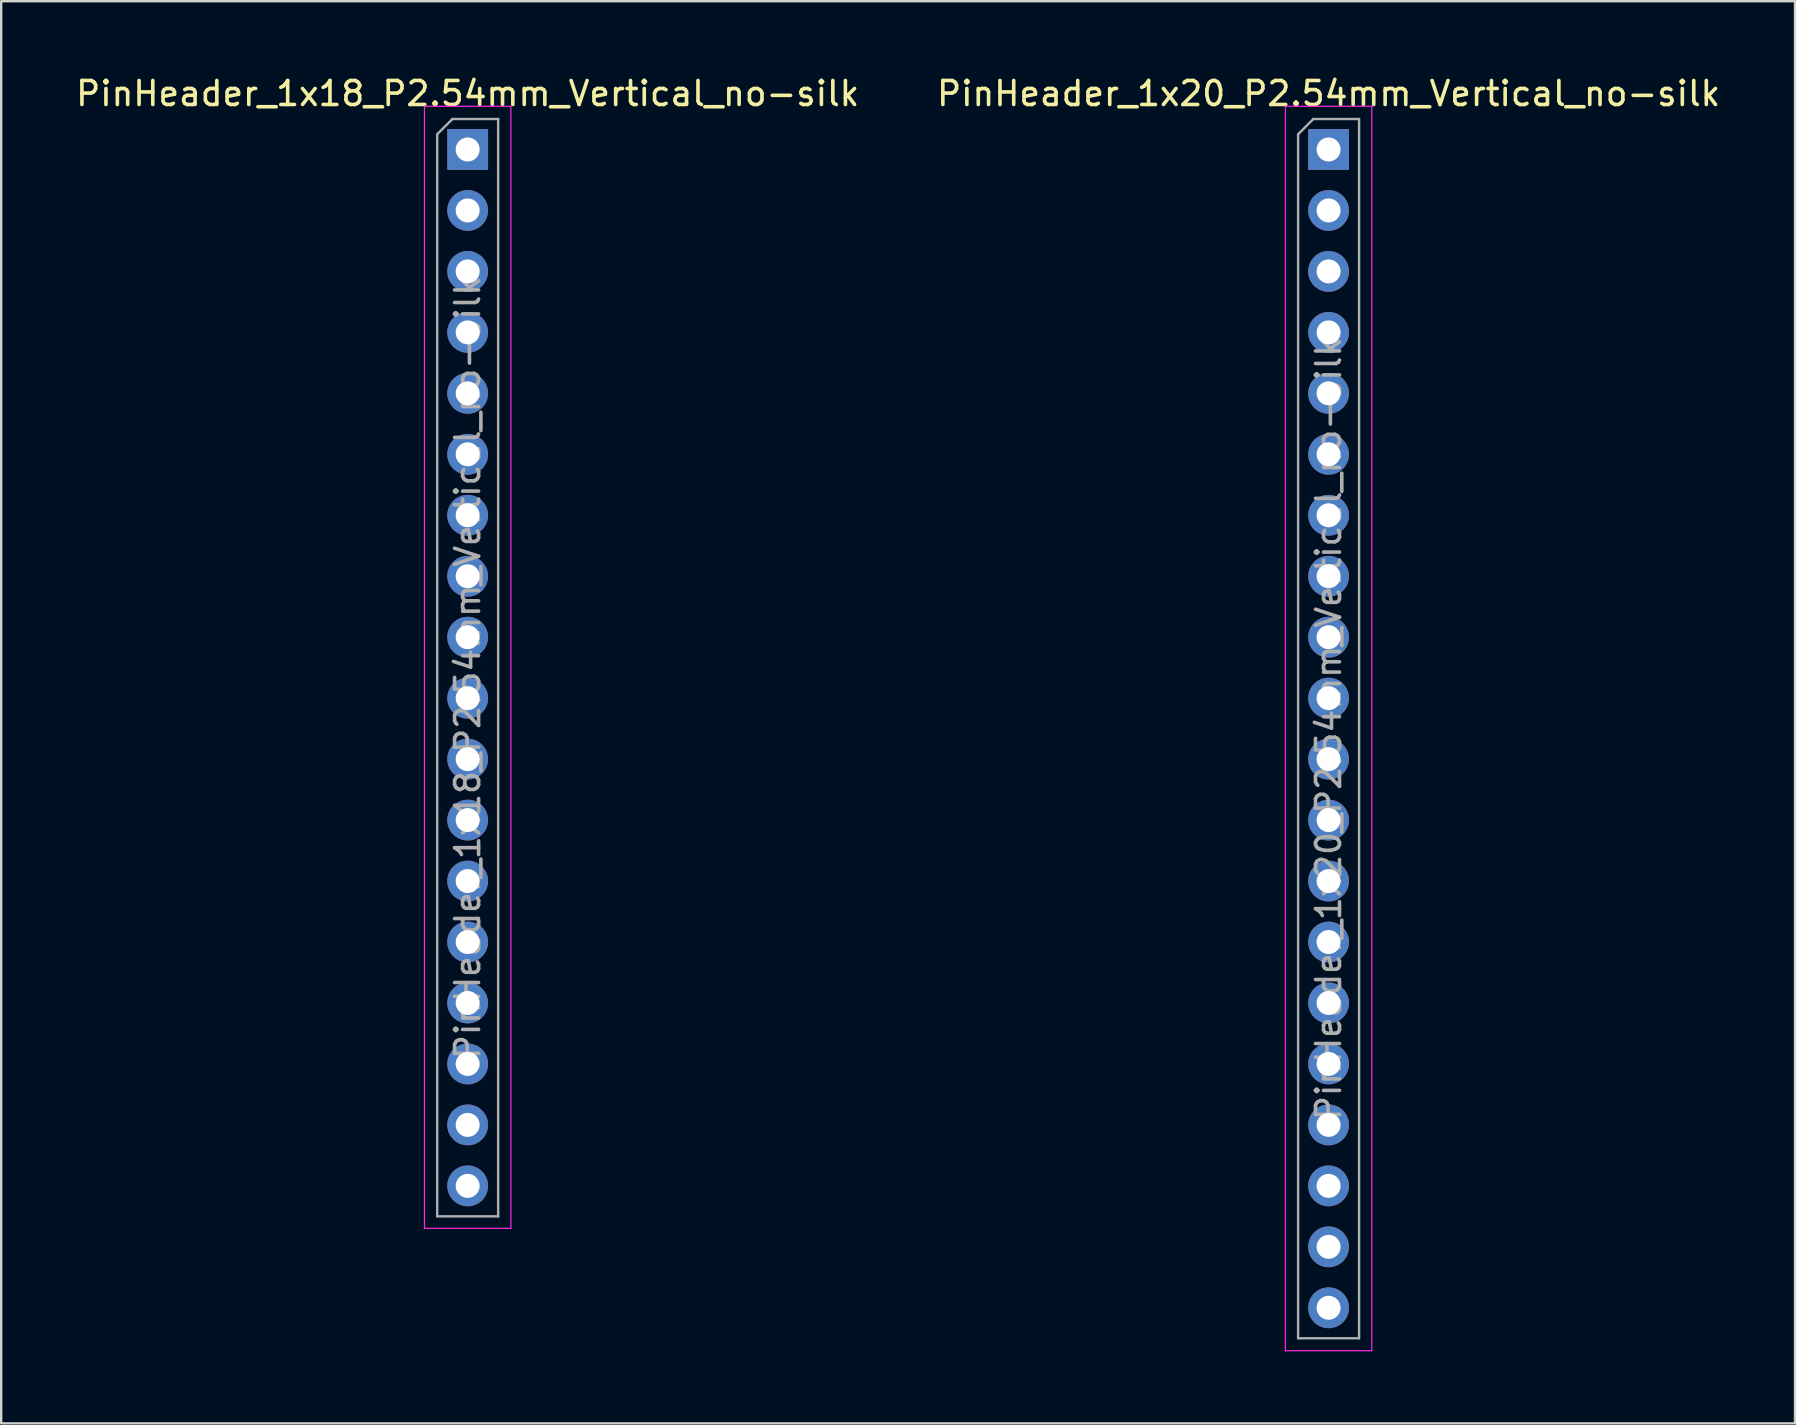
<source format=kicad_pcb>
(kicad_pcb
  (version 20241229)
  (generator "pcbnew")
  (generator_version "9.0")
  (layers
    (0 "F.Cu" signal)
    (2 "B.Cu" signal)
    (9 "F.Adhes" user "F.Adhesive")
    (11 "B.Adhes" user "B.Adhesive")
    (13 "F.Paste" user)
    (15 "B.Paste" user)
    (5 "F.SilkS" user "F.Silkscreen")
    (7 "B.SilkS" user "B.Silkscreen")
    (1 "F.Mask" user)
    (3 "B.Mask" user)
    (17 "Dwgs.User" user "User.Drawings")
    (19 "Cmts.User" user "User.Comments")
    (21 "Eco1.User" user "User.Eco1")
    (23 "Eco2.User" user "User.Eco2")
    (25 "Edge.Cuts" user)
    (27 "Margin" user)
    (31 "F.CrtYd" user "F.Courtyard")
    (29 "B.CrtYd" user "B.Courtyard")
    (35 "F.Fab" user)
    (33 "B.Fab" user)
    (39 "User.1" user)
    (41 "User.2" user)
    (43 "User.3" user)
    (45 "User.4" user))
  (footprint "PinHeader_1x18_P2.54mm_Vertical_no-silk"
    (layer "F.Cu")
    (at 16.435 3.178)
    (property "Reference" "PinHeader_1x18_P2.54mm_Vertical_no-silk" (at 0 -2.33 0) (layer "F.SilkS") (effects (font (size 1 1) (thickness 0.15))))
    (attr through_hole)
    (fp_line (start -1.8 -1.8) (end -1.8 44.95) (stroke (width 0.05) (type solid)) (layer "F.CrtYd"))
    (fp_line (start -1.8 44.95) (end 1.8 44.95) (stroke (width 0.05) (type solid)) (layer "F.CrtYd"))
    (fp_line (start 1.8 -1.8) (end -1.8 -1.8) (stroke (width 0.05) (type solid)) (layer "F.CrtYd"))
    (fp_line (start 1.8 44.95) (end 1.8 -1.8) (stroke (width 0.05) (type solid)) (layer "F.CrtYd"))
    (fp_line (start -1.27 -0.635) (end -0.635 -1.27) (stroke (width 0.1) (type solid)) (layer "F.Fab"))
    (fp_line (start -1.27 44.45) (end -1.27 -0.635) (stroke (width 0.1) (type solid)) (layer "F.Fab"))
    (fp_line (start -0.635 -1.27) (end 1.27 -1.27) (stroke (width 0.1) (type solid)) (layer "F.Fab"))
    (fp_line (start 1.27 -1.27) (end 1.27 44.45) (stroke (width 0.1) (type solid)) (layer "F.Fab"))
    (fp_line (start 1.27 44.45) (end -1.27 44.45) (stroke (width 0.1) (type solid)) (layer "F.Fab"))
    (fp_text user "${REFERENCE}" (at 0 21.59 90) (layer "F.Fab") (effects (font (size 1 1) (thickness 0.15))))
    (pad "1" thru_hole rect (at 0 0) (size 1.7 1.7) (drill 1) (layers "*.Cu" "*.Mask"))
    (pad "2" thru_hole oval (at 0 2.54) (size 1.7 1.7) (drill 1) (layers "*.Cu" "*.Mask"))
    (pad "3" thru_hole oval (at 0 5.08) (size 1.7 1.7) (drill 1) (layers "*.Cu" "*.Mask"))
    (pad "4" thru_hole oval (at 0 7.62) (size 1.7 1.7) (drill 1) (layers "*.Cu" "*.Mask"))
    (pad "5" thru_hole oval (at 0 10.16) (size 1.7 1.7) (drill 1) (layers "*.Cu" "*.Mask"))
    (pad "6" thru_hole oval (at 0 12.7) (size 1.7 1.7) (drill 1) (layers "*.Cu" "*.Mask"))
    (pad "7" thru_hole oval (at 0 15.24) (size 1.7 1.7) (drill 1) (layers "*.Cu" "*.Mask"))
    (pad "8" thru_hole oval (at 0 17.78) (size 1.7 1.7) (drill 1) (layers "*.Cu" "*.Mask"))
    (pad "9" thru_hole oval (at 0 20.32) (size 1.7 1.7) (drill 1) (layers "*.Cu" "*.Mask"))
    (pad "10" thru_hole oval (at 0 22.86) (size 1.7 1.7) (drill 1) (layers "*.Cu" "*.Mask"))
    (pad "11" thru_hole oval (at 0 25.4) (size 1.7 1.7) (drill 1) (layers "*.Cu" "*.Mask"))
    (pad "12" thru_hole oval (at 0 27.94) (size 1.7 1.7) (drill 1) (layers "*.Cu" "*.Mask"))
    (pad "13" thru_hole oval (at 0 30.48) (size 1.7 1.7) (drill 1) (layers "*.Cu" "*.Mask"))
    (pad "14" thru_hole oval (at 0 33.02) (size 1.7 1.7) (drill 1) (layers "*.Cu" "*.Mask"))
    (pad "15" thru_hole oval (at 0 35.56) (size 1.7 1.7) (drill 1) (layers "*.Cu" "*.Mask"))
    (pad "16" thru_hole oval (at 0 38.1) (size 1.7 1.7) (drill 1) (layers "*.Cu" "*.Mask"))
    (pad "17" thru_hole oval (at 0 40.64) (size 1.7 1.7) (drill 1) (layers "*.Cu" "*.Mask"))
    (pad "18" thru_hole oval (at 0 43.18) (size 1.7 1.7) (drill 1) (layers "*.Cu" "*.Mask")))
  (footprint "PinHeader_1x20_P2.54mm_Vertical_no-silk"
    (layer "F.Cu")
    (at 52.304 3.178)
    (property "Reference" "PinHeader_1x20_P2.54mm_Vertical_no-silk" (at 0 -2.33 0) (layer "F.SilkS") (effects (font (size 1 1) (thickness 0.15))))
    (attr through_hole)
    (fp_line (start -1.8 -1.8) (end -1.8 50.05) (stroke (width 0.05) (type solid)) (layer "F.CrtYd"))
    (fp_line (start -1.8 50.05) (end 1.8 50.05) (stroke (width 0.05) (type solid)) (layer "F.CrtYd"))
    (fp_line (start 1.8 -1.8) (end -1.8 -1.8) (stroke (width 0.05) (type solid)) (layer "F.CrtYd"))
    (fp_line (start 1.8 50.05) (end 1.8 -1.8) (stroke (width 0.05) (type solid)) (layer "F.CrtYd"))
    (fp_line (start -1.27 -0.635) (end -0.635 -1.27) (stroke (width 0.1) (type solid)) (layer "F.Fab"))
    (fp_line (start -1.27 49.53) (end -1.27 -0.635) (stroke (width 0.1) (type solid)) (layer "F.Fab"))
    (fp_line (start -0.635 -1.27) (end 1.27 -1.27) (stroke (width 0.1) (type solid)) (layer "F.Fab"))
    (fp_line (start 1.27 -1.27) (end 1.27 49.53) (stroke (width 0.1) (type solid)) (layer "F.Fab"))
    (fp_line (start 1.27 49.53) (end -1.27 49.53) (stroke (width 0.1) (type solid)) (layer "F.Fab"))
    (fp_text user "${REFERENCE}" (at 0 24.13 90) (layer "F.Fab") (effects (font (size 1 1) (thickness 0.15))))
    (pad "1" thru_hole rect (at 0 0) (size 1.7 1.7) (drill 1) (layers "*.Cu" "*.Mask"))
    (pad "2" thru_hole oval (at 0 2.54) (size 1.7 1.7) (drill 1) (layers "*.Cu" "*.Mask"))
    (pad "3" thru_hole oval (at 0 5.08) (size 1.7 1.7) (drill 1) (layers "*.Cu" "*.Mask"))
    (pad "4" thru_hole oval (at 0 7.62) (size 1.7 1.7) (drill 1) (layers "*.Cu" "*.Mask"))
    (pad "5" thru_hole oval (at 0 10.16) (size 1.7 1.7) (drill 1) (layers "*.Cu" "*.Mask"))
    (pad "6" thru_hole oval (at 0 12.7) (size 1.7 1.7) (drill 1) (layers "*.Cu" "*.Mask"))
    (pad "7" thru_hole oval (at 0 15.24) (size 1.7 1.7) (drill 1) (layers "*.Cu" "*.Mask"))
    (pad "8" thru_hole oval (at 0 17.78) (size 1.7 1.7) (drill 1) (layers "*.Cu" "*.Mask"))
    (pad "9" thru_hole oval (at 0 20.32) (size 1.7 1.7) (drill 1) (layers "*.Cu" "*.Mask"))
    (pad "10" thru_hole oval (at 0 22.86) (size 1.7 1.7) (drill 1) (layers "*.Cu" "*.Mask"))
    (pad "11" thru_hole oval (at 0 25.4) (size 1.7 1.7) (drill 1) (layers "*.Cu" "*.Mask"))
    (pad "12" thru_hole oval (at 0 27.94) (size 1.7 1.7) (drill 1) (layers "*.Cu" "*.Mask"))
    (pad "13" thru_hole oval (at 0 30.48) (size 1.7 1.7) (drill 1) (layers "*.Cu" "*.Mask"))
    (pad "14" thru_hole oval (at 0 33.02) (size 1.7 1.7) (drill 1) (layers "*.Cu" "*.Mask"))
    (pad "15" thru_hole oval (at 0 35.56) (size 1.7 1.7) (drill 1) (layers "*.Cu" "*.Mask"))
    (pad "16" thru_hole oval (at 0 38.1) (size 1.7 1.7) (drill 1) (layers "*.Cu" "*.Mask"))
    (pad "17" thru_hole oval (at 0 40.64) (size 1.7 1.7) (drill 1) (layers "*.Cu" "*.Mask"))
    (pad "18" thru_hole oval (at 0 43.18) (size 1.7 1.7) (drill 1) (layers "*.Cu" "*.Mask"))
    (pad "19" thru_hole oval (at 0 45.72) (size 1.7 1.7) (drill 1) (layers "*.Cu" "*.Mask"))
    (pad "20" thru_hole oval (at 0 48.26) (size 1.7 1.7) (drill 1) (layers "*.Cu" "*.Mask")))
  (gr_rect
    (start -3 -3)
    (end 71.738 56.253)
    (stroke (width 0.1) (type default))
    (fill no)
    (layer "Edge.Cuts")))
</source>
